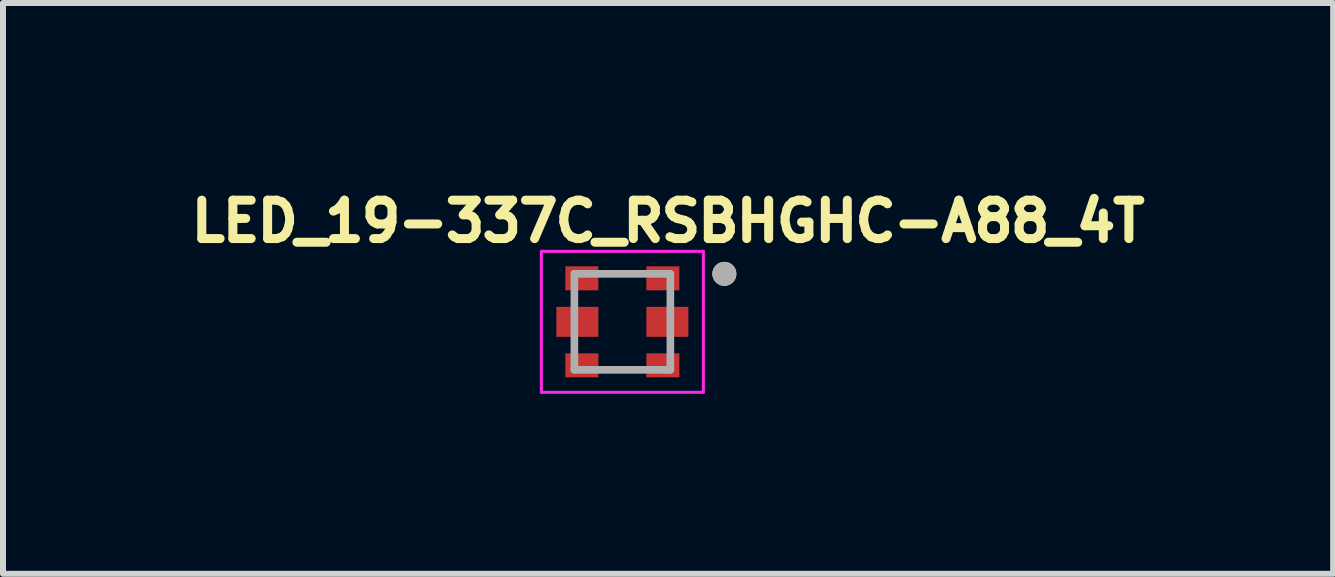
<source format=kicad_pcb>
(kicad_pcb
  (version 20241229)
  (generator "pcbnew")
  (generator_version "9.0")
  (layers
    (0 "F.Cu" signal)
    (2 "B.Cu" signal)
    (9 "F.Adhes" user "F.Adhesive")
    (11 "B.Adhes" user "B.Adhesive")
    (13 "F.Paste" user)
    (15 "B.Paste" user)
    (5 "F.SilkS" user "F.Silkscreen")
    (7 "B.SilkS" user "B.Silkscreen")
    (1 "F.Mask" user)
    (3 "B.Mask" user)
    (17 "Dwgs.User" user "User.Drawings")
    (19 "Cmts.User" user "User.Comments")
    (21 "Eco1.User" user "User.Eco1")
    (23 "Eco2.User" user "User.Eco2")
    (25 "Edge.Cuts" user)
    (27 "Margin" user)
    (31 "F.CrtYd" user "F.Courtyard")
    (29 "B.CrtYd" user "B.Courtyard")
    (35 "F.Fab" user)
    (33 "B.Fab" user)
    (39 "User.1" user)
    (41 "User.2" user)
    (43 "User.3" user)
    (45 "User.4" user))
  (footprint "LED_19-337C_RSBHGHC-A88_4T"
    (layer "F.Cu")
    (at 7.323 2.314)
    (property "Reference" "LED_19-337C_RSBHGHC-A88_4T" (at 0.762 -1.676 0) (layer "F.SilkS") (effects (font (size 0.64 0.64) (thickness 0.15))))
    (attr smd)
    (fp_circle (center 1.7 -0.8) (end 1.8 -0.8) (stroke (width 0.2) (type solid)) (fill no) (layer "F.SilkS"))
    (fp_line (start -1.35 -1.175) (end 1.35 -1.175) (stroke (width 0.05) (type solid)) (layer "F.CrtYd"))
    (fp_line (start -1.35 1.175) (end -1.35 -1.175) (stroke (width 0.05) (type solid)) (layer "F.CrtYd"))
    (fp_line (start 1.35 -1.175) (end 1.35 1.175) (stroke (width 0.05) (type solid)) (layer "F.CrtYd"))
    (fp_line (start 1.35 1.175) (end -1.35 1.175) (stroke (width 0.05) (type solid)) (layer "F.CrtYd"))
    (fp_line (start -0.8 -0.8) (end 0.8 -0.8) (stroke (width 0.127) (type solid)) (layer "F.Fab"))
    (fp_line (start -0.8 0.8) (end -0.8 -0.8) (stroke (width 0.127) (type solid)) (layer "F.Fab"))
    (fp_line (start 0.8 -0.8) (end 0.8 0.8) (stroke (width 0.127) (type solid)) (layer "F.Fab"))
    (fp_line (start 0.8 0.8) (end -0.8 0.8) (stroke (width 0.127) (type solid)) (layer "F.Fab"))
    (fp_circle (center 1.7 -0.8) (end 1.8 -0.8) (stroke (width 0.2) (type solid)) (fill no) (layer "F.Fab"))
    (pad "1" smd rect (at 0.675 -0.725) (size 0.55 0.4) (layers "F.Cu" "F.Mask" "F.Paste"))
    (pad "2" smd rect (at -0.675 -0.725) (size 0.55 0.4) (layers "F.Cu" "F.Mask" "F.Paste"))
    (pad "3" smd rect (at 0.75 0) (size 0.7 0.5) (layers "F.Cu" "F.Mask" "F.Paste"))
    (pad "4" smd rect (at -0.75 0) (size 0.7 0.5) (layers "F.Cu" "F.Mask" "F.Paste"))
    (pad "5" smd rect (at 0.675 0.725) (size 0.55 0.4) (layers "F.Cu" "F.Mask" "F.Paste"))
    (pad "6" smd rect (at -0.675 0.725) (size 0.55 0.4) (layers "F.Cu" "F.Mask" "F.Paste")))
  (gr_rect
    (start -3 -3)
    (end 19.17 6.514)
    (stroke (width 0.1) (type default))
    (fill no)
    (layer "Edge.Cuts")))
</source>
